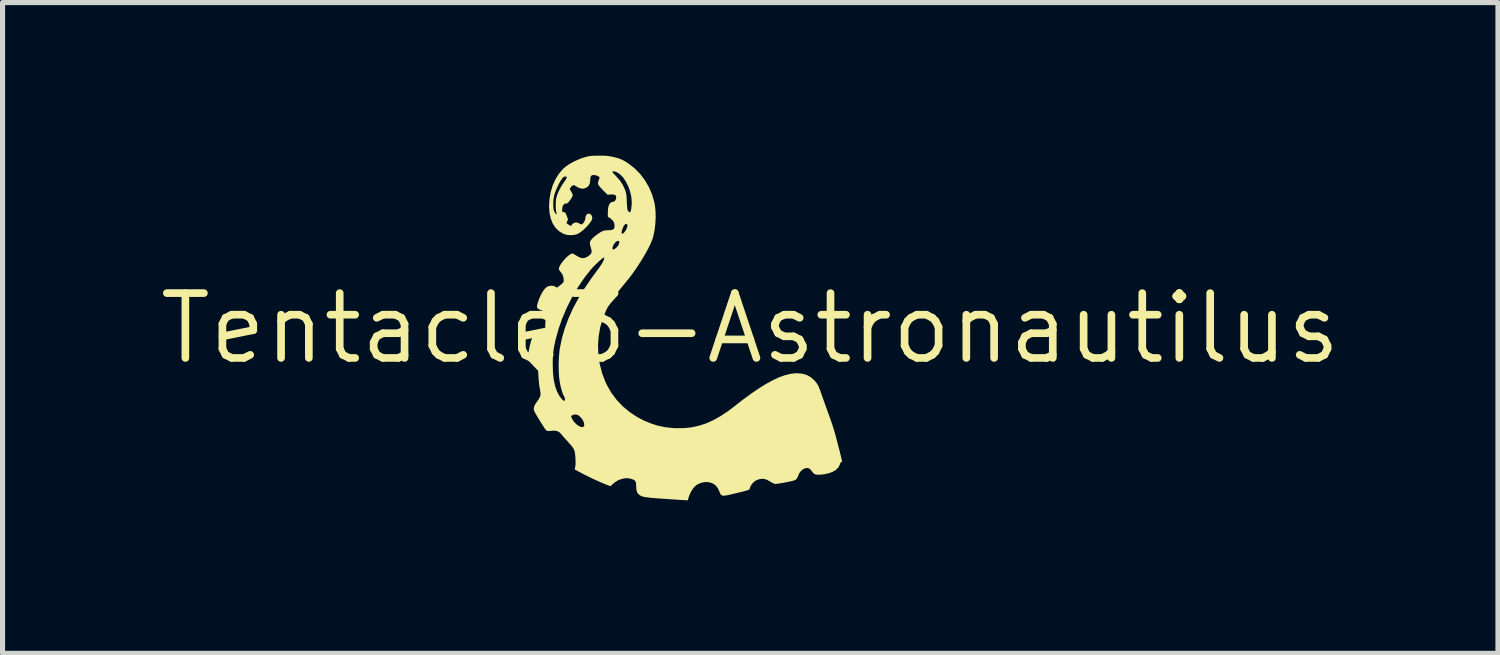
<source format=kicad_pcb>
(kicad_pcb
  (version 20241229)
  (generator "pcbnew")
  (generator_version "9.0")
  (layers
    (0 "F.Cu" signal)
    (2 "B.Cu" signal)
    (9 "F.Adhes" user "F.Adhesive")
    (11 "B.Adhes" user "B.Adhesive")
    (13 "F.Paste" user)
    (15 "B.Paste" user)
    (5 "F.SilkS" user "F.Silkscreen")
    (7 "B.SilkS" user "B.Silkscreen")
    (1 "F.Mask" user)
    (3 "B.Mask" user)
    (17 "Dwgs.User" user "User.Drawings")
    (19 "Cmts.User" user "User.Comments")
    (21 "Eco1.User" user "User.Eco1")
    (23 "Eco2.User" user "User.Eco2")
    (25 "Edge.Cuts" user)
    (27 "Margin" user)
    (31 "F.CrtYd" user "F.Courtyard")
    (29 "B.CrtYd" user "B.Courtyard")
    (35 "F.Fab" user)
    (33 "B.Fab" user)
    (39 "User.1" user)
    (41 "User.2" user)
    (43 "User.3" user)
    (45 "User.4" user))
  (footprint "Tentacle3-Astronautilus"
    (layer "F.Cu")
    (at 11.649 3.383)
    (property "Reference" "Tentacle3-Astronautilus" (at 0 0 0) (layer "F.SilkS") (effects (font (size 1.27 1.27) (thickness 0.15))))
    (attr board_only exclude_from_pos_files exclude_from_bom)
    (fp_poly (pts (xy -2.891 -3.383) (xy -2.836 -3.381) (xy -2.791 -3.377) (xy -2.748 -3.371) (xy -2.702 -3.362) (xy -2.672 -3.355) (xy -2.605 -3.338) (xy -2.55 -3.32) (xy -2.502 -3.299) (xy -2.452 -3.272) (xy -2.394 -3.234) (xy -2.386 -3.229) (xy -2.266 -3.135) (xy -2.158 -3.026) (xy -2.064 -2.902) (xy -1.986 -2.768) (xy -1.924 -2.624) (xy -1.88 -2.472) (xy -1.869 -2.417) (xy -1.856 -2.302) (xy -1.853 -2.177) (xy -1.86 -2.046) (xy -1.876 -1.916) (xy -1.902 -1.795) (xy -1.906 -1.779) (xy -1.928 -1.716) (xy -1.961 -1.64) (xy -2.004 -1.554) (xy -2.056 -1.46) (xy -2.114 -1.362) (xy -2.177 -1.262) (xy -2.242 -1.163) (xy -2.309 -1.068) (xy -2.375 -0.981) (xy -2.415 -0.932) (xy -2.494 -0.836) (xy -2.562 -0.753) (xy -2.618 -0.682) (xy -2.665 -0.618) (xy -2.705 -0.561) (xy -2.74 -0.508) (xy -2.77 -0.457) (xy -2.799 -0.404) (xy -2.818 -0.365) (xy -2.888 -0.198) (xy -2.939 -0.023) (xy -2.97 0.155) (xy -2.983 0.337) (xy -2.976 0.519) (xy -2.949 0.699) (xy -2.904 0.875) (xy -2.839 1.046) (xy -2.811 1.106) (xy -2.724 1.259) (xy -2.619 1.4) (xy -2.499 1.527) (xy -2.363 1.64) (xy -2.213 1.739) (xy -2.097 1.8) (xy -1.953 1.861) (xy -1.813 1.906) (xy -1.67 1.936) (xy -1.517 1.953) (xy -1.456 1.956) (xy -1.3 1.955) (xy -1.15 1.939) (xy -1.005 1.908) (xy -0.861 1.861) (xy -0.718 1.796) (xy -0.573 1.714) (xy -0.424 1.614) (xy -0.309 1.526) (xy -0.137 1.392) (xy 0.023 1.275) (xy 0.172 1.174) (xy 0.31 1.088) (xy 0.439 1.018) (xy 0.558 0.962) (xy 0.67 0.921) (xy 0.774 0.894) (xy 0.871 0.881) (xy 0.917 0.879) (xy 1.018 0.888) (xy 1.108 0.914) (xy 1.187 0.958) (xy 1.257 1.02) (xy 1.284 1.051) (xy 1.307 1.082) (xy 1.327 1.115) (xy 1.346 1.157) (xy 1.367 1.21) (xy 1.391 1.278) (xy 1.396 1.292) (xy 1.417 1.352) (xy 1.443 1.425) (xy 1.471 1.505) (xy 1.501 1.587) (xy 1.529 1.664) (xy 1.529 1.665) (xy 1.556 1.739) (xy 1.583 1.815) (xy 1.608 1.889) (xy 1.629 1.954) (xy 1.645 2.005) (xy 1.646 2.009) (xy 1.656 2.045) (xy 1.67 2.093) (xy 1.685 2.152) (xy 1.703 2.218) (xy 1.721 2.287) (xy 1.739 2.357) (xy 1.756 2.425) (xy 1.771 2.486) (xy 1.784 2.539) (xy 1.794 2.579) (xy 1.8 2.604) (xy 1.801 2.611) (xy 1.792 2.616) (xy 1.785 2.616) (xy 1.772 2.626) (xy 1.761 2.65) (xy 1.759 2.656) (xy 1.732 2.716) (xy 1.687 2.766) (xy 1.623 2.807) (xy 1.543 2.838) (xy 1.446 2.859) (xy 1.382 2.866) (xy 1.326 2.868) (xy 1.285 2.864) (xy 1.254 2.852) (xy 1.229 2.829) (xy 1.211 2.805) (xy 1.188 2.775) (xy 1.164 2.752) (xy 1.154 2.745) (xy 1.116 2.735) (xy 1.073 2.742) (xy 1.03 2.763) (xy 0.991 2.797) (xy 0.959 2.841) (xy 0.947 2.869) (xy 0.927 2.916) (xy 0.908 2.948) (xy 0.887 2.967) (xy 0.871 2.975) (xy 0.841 2.985) (xy 0.798 2.996) (xy 0.744 3.007) (xy 0.686 3.019) (xy 0.628 3.03) (xy 0.573 3.039) (xy 0.528 3.045) (xy 0.496 3.048) (xy 0.486 3.048) (xy 0.456 3.038) (xy 0.417 3.019) (xy 0.385 2.999) (xy 0.318 2.962) (xy 0.249 2.947) (xy 0.181 2.953) (xy 0.115 2.979) (xy 0.071 3.009) (xy 0.041 3.04) (xy 0.015 3.076) (xy -0.004 3.113) (xy -0.011 3.14) (xy -0.012 3.148) (xy -0.017 3.155) (xy -0.028 3.162) (xy -0.047 3.17) (xy -0.077 3.179) (xy -0.121 3.191) (xy -0.179 3.206) (xy -0.255 3.224) (xy -0.288 3.232) (xy -0.371 3.252) (xy -0.435 3.267) (xy -0.484 3.276) (xy -0.521 3.279) (xy -0.547 3.276) (xy -0.566 3.266) (xy -0.581 3.25) (xy -0.593 3.227) (xy -0.606 3.196) (xy -0.607 3.193) (xy -0.635 3.133) (xy -0.668 3.088) (xy -0.708 3.055) (xy -0.747 3.033) (xy -0.812 3.014) (xy -0.883 3.011) (xy -0.956 3.024) (xy -1.025 3.052) (xy -1.062 3.076) (xy -1.105 3.117) (xy -1.145 3.173) (xy -1.179 3.236) (xy -1.203 3.298) (xy -1.223 3.368) (xy -1.266 3.367) (xy -1.286 3.366) (xy -1.325 3.364) (xy -1.38 3.36) (xy -1.447 3.356) (xy -1.523 3.351) (xy -1.607 3.345) (xy -1.667 3.341) (xy -1.776 3.334) (xy -1.866 3.327) (xy -1.94 3.321) (xy -1.999 3.314) (xy -2.045 3.308) (xy -2.082 3.302) (xy -2.111 3.294) (xy -2.134 3.286) (xy -2.153 3.276) (xy -2.159 3.272) (xy -2.194 3.245) (xy -2.218 3.21) (xy -2.23 3.165) (xy -2.235 3.104) (xy -2.235 3.096) (xy -2.237 3.043) (xy -2.244 3.007) (xy -2.261 2.983) (xy -2.289 2.965) (xy -2.332 2.95) (xy -2.382 2.938) (xy -2.427 2.935) (xy -2.476 2.941) (xy -2.515 2.95) (xy -2.58 2.972) (xy -2.636 3.004) (xy -2.694 3.05) (xy -2.697 3.053) (xy -2.74 3.093) (xy -2.85 3.05) (xy -2.926 3.018) (xy -3.015 2.979) (xy -3.109 2.935) (xy -3.203 2.889) (xy -3.291 2.844) (xy -3.343 2.816) (xy -3.44 2.763) (xy -3.43 2.719) (xy -3.424 2.678) (xy -3.423 2.624) (xy -3.424 2.562) (xy -3.428 2.5) (xy -3.435 2.443) (xy -3.444 2.399) (xy -3.447 2.389) (xy -3.462 2.358) (xy -3.487 2.321) (xy -3.523 2.277) (xy -3.565 2.23) (xy -3.605 2.186) (xy -3.644 2.143) (xy -3.677 2.105) (xy -3.7 2.077) (xy -3.702 2.075) (xy -3.735 2.039) (xy -3.774 2.017) (xy -3.82 2.006) (xy -3.881 2.006) (xy -3.903 2.008) (xy -3.945 2.011) (xy -3.971 2.01) (xy -3.987 2.005) (xy -4.001 1.994) (xy -4.001 1.994) (xy -4.016 1.976) (xy -4.039 1.943) (xy -4.067 1.899) (xy -4.099 1.848) (xy -4.133 1.794) (xy -4.165 1.741) (xy -4.171 1.731) (xy -3.508 1.731) (xy -3.5 1.753) (xy -3.492 1.769) (xy -3.465 1.815) (xy -3.43 1.856) (xy -3.391 1.892) (xy -3.351 1.918) (xy -3.314 1.933) (xy -3.283 1.935) (xy -3.265 1.926) (xy -3.252 1.9) (xy -3.254 1.864) (xy -3.268 1.823) (xy -3.292 1.781) (xy -3.324 1.741) (xy -3.362 1.708) (xy -3.382 1.696) (xy -3.416 1.687) (xy -3.457 1.691) (xy -3.493 1.705) (xy -3.498 1.708) (xy -3.507 1.718) (xy -3.508 1.731) (xy -4.171 1.731) (xy -4.194 1.691) (xy -4.217 1.65) (xy -4.233 1.619) (xy -4.238 1.607) (xy -4.242 1.572) (xy -4.235 1.535) (xy -4.216 1.493) (xy -4.182 1.44) (xy -4.179 1.437) (xy -4.146 1.389) (xy -4.124 1.351) (xy -4.112 1.318) (xy -4.109 1.285) (xy -4.112 1.245) (xy -4.121 1.197) (xy -4.13 1.143) (xy -4.138 1.078) (xy -4.145 1.01) (xy -4.148 0.964) (xy -4.156 0.832) (xy -4.242 0.742) (xy -4.277 0.705) (xy -3.87 0.705) (xy -3.87 0.715) (xy -3.865 0.87) (xy -3.85 1.008) (xy -3.824 1.128) (xy -3.788 1.232) (xy -3.742 1.32) (xy -3.696 1.38) (xy -3.667 1.41) (xy -3.647 1.421) (xy -3.635 1.413) (xy -3.631 1.387) (xy -3.63 1.382) (xy -3.637 1.354) (xy -3.652 1.325) (xy -3.669 1.293) (xy -3.687 1.242) (xy -3.705 1.177) (xy -3.723 1.1) (xy -3.735 1.033) (xy -3.746 0.948) (xy -3.752 0.848) (xy -3.754 0.74) (xy -3.752 0.628) (xy -3.745 0.52) (xy -3.735 0.42) (xy -3.729 0.381) (xy -3.689 0.19) (xy -3.634 -0.000211) (xy -3.563 -0.191) (xy -3.476 -0.385) (xy -3.371 -0.581) (xy -3.248 -0.783) (xy -3.106 -0.99) (xy -3.004 -1.128) (xy -2.947 -1.206) (xy -2.904 -1.272) (xy -2.876 -1.325) (xy -2.862 -1.365) (xy -2.862 -1.389) (xy -2.871 -1.388) (xy -2.892 -1.374) (xy -2.922 -1.35) (xy -2.959 -1.318) (xy -3 -1.28) (xy -3.042 -1.239) (xy -3.083 -1.197) (xy -3.119 -1.156) (xy -3.125 -1.15) (xy -3.254 -0.986) (xy -3.376 -0.805) (xy -3.49 -0.612) (xy -3.592 -0.409) (xy -3.681 -0.201) (xy -3.755 0.008) (xy -3.812 0.215) (xy -3.813 0.217) (xy -3.836 0.322) (xy -3.853 0.416) (xy -3.863 0.506) (xy -3.869 0.599) (xy -3.87 0.705) (xy -4.277 0.705) (xy -4.278 0.704) (xy -4.309 0.67) (xy -4.331 0.643) (xy -4.341 0.628) (xy -4.35 0.594) (xy -4.352 0.543) (xy -4.346 0.479) (xy -4.333 0.404) (xy -4.314 0.32) (xy -4.289 0.232) (xy -4.263 0.152) (xy -4.225 0.045) (xy -4.149 0.04) (xy -4.096 0.035) (xy -4.054 0.024) (xy -4.025 0.011) (xy -4.013 -0.005) (xy -4.014 -0.011) (xy -4.016 -0.029) (xy -4.017 -0.061) (xy -4.015 -0.095) (xy -4.012 -0.163) (xy -4.011 -0.213) (xy -4.011 -0.249) (xy -4.014 -0.275) (xy -4.019 -0.293) (xy -4.027 -0.308) (xy -4.031 -0.314) (xy -4.063 -0.341) (xy -4.103 -0.358) (xy -4.142 -0.374) (xy -4.168 -0.395) (xy -4.169 -0.398) (xy -4.177 -0.412) (xy -4.18 -0.428) (xy -4.177 -0.45) (xy -4.168 -0.484) (xy -4.163 -0.5) (xy -4.133 -0.587) (xy -4.098 -0.664) (xy -4.06 -0.73) (xy -4.02 -0.781) (xy -3.981 -0.814) (xy -3.965 -0.822) (xy -3.913 -0.835) (xy -3.861 -0.833) (xy -3.818 -0.817) (xy -3.786 -0.797) (xy -3.72 -0.849) (xy -3.686 -0.877) (xy -3.667 -0.897) (xy -3.657 -0.914) (xy -3.654 -0.934) (xy -3.654 -0.938) (xy -3.662 -1.006) (xy -3.685 -1.065) (xy -3.714 -1.103) (xy -3.738 -1.132) (xy -3.749 -1.161) (xy -3.745 -1.193) (xy -3.727 -1.233) (xy -3.698 -1.278) (xy -3.653 -1.335) (xy -3.604 -1.388) (xy -3.555 -1.431) (xy -3.513 -1.458) (xy -3.495 -1.466) (xy -3.48 -1.467) (xy -3.46 -1.458) (xy -3.43 -1.439) (xy -3.428 -1.438) (xy -3.368 -1.402) (xy -3.318 -1.381) (xy -3.274 -1.375) (xy -3.232 -1.383) (xy -3.188 -1.406) (xy -3.174 -1.415) (xy -3.137 -1.444) (xy -3.115 -1.472) (xy -3.107 -1.503) (xy -3.112 -1.543) (xy -3.118 -1.563) (xy -2.7 -1.563) (xy -2.692 -1.546) (xy -2.688 -1.544) (xy -2.67 -1.547) (xy -2.645 -1.563) (xy -2.618 -1.587) (xy -2.594 -1.614) (xy -2.58 -1.637) (xy -2.567 -1.675) (xy -2.567 -1.701) (xy -2.58 -1.714) (xy -2.605 -1.711) (xy -2.616 -1.706) (xy -2.642 -1.685) (xy -2.666 -1.656) (xy -2.685 -1.623) (xy -2.697 -1.59) (xy -2.7 -1.563) (xy -3.118 -1.563) (xy -3.125 -1.588) (xy -3.138 -1.636) (xy -3.143 -1.674) (xy -3.142 -1.688) (xy -3.125 -1.724) (xy -3.09 -1.765) (xy -3.041 -1.809) (xy -3.004 -1.837) (xy -2.956 -1.87) (xy -2.52 -1.87) (xy -2.512 -1.854) (xy -2.496 -1.856) (xy -2.472 -1.876) (xy -2.444 -1.915) (xy -2.416 -1.966) (xy -2.405 -2.007) (xy -2.412 -2.036) (xy -2.42 -2.044) (xy -2.438 -2.047) (xy -2.459 -2.032) (xy -2.48 -2.002) (xy -2.5 -1.96) (xy -2.503 -1.953) (xy -2.517 -1.903) (xy -2.52 -1.87) (xy -2.956 -1.87) (xy -2.953 -1.872) (xy -2.913 -1.896) (xy -2.88 -1.911) (xy -2.846 -1.919) (xy -2.808 -1.922) (xy -2.784 -1.922) (xy -2.73 -1.925) (xy -2.693 -1.934) (xy -2.671 -1.952) (xy -2.661 -1.98) (xy -2.659 -2.012) (xy -2.667 -2.066) (xy -2.693 -2.112) (xy -2.739 -2.153) (xy -2.745 -2.157) (xy -2.791 -2.188) (xy -2.791 -2.273) (xy -2.786 -2.349) (xy -2.772 -2.408) (xy -2.749 -2.45) (xy -2.718 -2.473) (xy -2.691 -2.479) (xy -2.661 -2.488) (xy -2.639 -2.514) (xy -2.627 -2.551) (xy -2.627 -2.562) (xy -2.629 -2.59) (xy -2.64 -2.606) (xy -2.659 -2.616) (xy -2.698 -2.624) (xy -2.742 -2.623) (xy -2.793 -2.616) (xy -2.873 -2.694) (xy -2.908 -2.73) (xy -2.94 -2.765) (xy -2.963 -2.794) (xy -2.971 -2.807) (xy -2.981 -2.828) (xy -2.984 -2.846) (xy -2.98 -2.869) (xy -2.97 -2.9) (xy -2.95 -2.957) (xy -2.973 -2.976) (xy -2.998 -2.989) (xy -3.033 -3) (xy -3.047 -3.003) (xy -3.087 -3.004) (xy -3.113 -2.992) (xy -3.129 -2.965) (xy -3.135 -2.921) (xy -3.135 -2.904) (xy -3.143 -2.841) (xy -3.167 -2.792) (xy -3.207 -2.758) (xy -3.259 -2.738) (xy -3.305 -2.738) (xy -3.356 -2.751) (xy -3.401 -2.775) (xy -3.409 -2.781) (xy -3.443 -2.802) (xy -3.471 -2.804) (xy -3.499 -2.785) (xy -3.513 -2.769) (xy -3.53 -2.743) (xy -3.535 -2.726) (xy -3.529 -2.713) (xy -3.516 -2.693) (xy -3.5 -2.664) (xy -3.495 -2.655) (xy -3.481 -2.626) (xy -3.479 -2.605) (xy -3.486 -2.582) (xy -3.486 -2.582) (xy -3.498 -2.558) (xy -3.518 -2.528) (xy -3.541 -2.498) (xy -3.563 -2.471) (xy -3.58 -2.453) (xy -3.588 -2.448) (xy -3.627 -2.445) (xy -3.657 -2.424) (xy -3.677 -2.387) (xy -3.686 -2.336) (xy -3.686 -2.328) (xy -3.685 -2.297) (xy -3.68 -2.283) (xy -3.668 -2.278) (xy -3.655 -2.277) (xy -3.639 -2.276) (xy -3.626 -2.268) (xy -3.615 -2.25) (xy -3.601 -2.217) (xy -3.595 -2.204) (xy -3.581 -2.165) (xy -3.574 -2.141) (xy -3.573 -2.125) (xy -3.579 -2.111) (xy -3.585 -2.102) (xy -3.597 -2.078) (xy -3.595 -2.06) (xy -3.577 -2.042) (xy -3.55 -2.026) (xy -3.524 -2.011) (xy -3.511 -2.007) (xy -3.504 -2.013) (xy -3.501 -2.023) (xy -3.485 -2.045) (xy -3.456 -2.064) (xy -3.423 -2.075) (xy -3.41 -2.076) (xy -3.387 -2.071) (xy -3.356 -2.058) (xy -3.346 -2.053) (xy -3.32 -2.039) (xy -3.305 -2.036) (xy -3.292 -2.042) (xy -3.283 -2.05) (xy -3.25 -2.092) (xy -3.233 -2.14) (xy -3.231 -2.161) (xy -3.223 -2.205) (xy -3.202 -2.235) (xy -3.185 -2.245) (xy -3.153 -2.247) (xy -3.125 -2.232) (xy -3.105 -2.205) (xy -3.095 -2.171) (xy -3.098 -2.143) (xy -3.113 -2.108) (xy -3.143 -2.065) (xy -3.182 -2.017) (xy -3.228 -1.968) (xy -3.277 -1.923) (xy -3.326 -1.884) (xy -3.37 -1.855) (xy -3.376 -1.852) (xy -3.435 -1.833) (xy -3.504 -1.825) (xy -3.575 -1.829) (xy -3.642 -1.845) (xy -3.667 -1.856) (xy -3.748 -1.905) (xy -3.815 -1.97) (xy -3.868 -2.05) (xy -3.907 -2.145) (xy -3.932 -2.255) (xy -3.941 -2.379) (xy -3.942 -2.399) (xy -3.939 -2.447) (xy -3.86 -2.447) (xy -3.86 -2.392) (xy -3.857 -2.353) (xy -3.852 -2.323) (xy -3.842 -2.296) (xy -3.838 -2.285) (xy -3.822 -2.257) (xy -3.808 -2.24) (xy -3.797 -2.234) (xy -3.793 -2.242) (xy -3.797 -2.259) (xy -3.805 -2.296) (xy -3.809 -2.347) (xy -3.811 -2.406) (xy -3.81 -2.466) (xy -3.806 -2.521) (xy -3.798 -2.564) (xy -3.798 -2.564) (xy -3.775 -2.636) (xy -3.739 -2.715) (xy -3.696 -2.795) (xy -3.647 -2.867) (xy -3.643 -2.873) (xy -3.613 -2.917) (xy -3.598 -2.948) (xy -3.598 -2.967) (xy -3.614 -2.975) (xy -3.627 -2.976) (xy -3.654 -2.967) (xy -3.684 -2.938) (xy -3.717 -2.889) (xy -3.755 -2.82) (xy -3.758 -2.814) (xy -3.798 -2.728) (xy -3.827 -2.654) (xy -3.846 -2.587) (xy -3.856 -2.52) (xy -3.86 -2.449) (xy -3.86 -2.447) (xy -3.939 -2.447) (xy -3.933 -2.538) (xy -3.909 -2.672) (xy -3.871 -2.8) (xy -3.818 -2.918) (xy -3.753 -3.024) (xy -3.721 -3.062) (xy -2.701 -3.062) (xy -2.694 -3.053) (xy -2.675 -3.031) (xy -2.647 -3.001) (xy -2.619 -2.971) (xy -2.548 -2.89) (xy -2.494 -2.805) (xy -2.451 -2.709) (xy -2.445 -2.693) (xy -2.434 -2.656) (xy -2.427 -2.612) (xy -2.422 -2.556) (xy -2.419 -2.494) (xy -2.416 -2.429) (xy -2.413 -2.38) (xy -2.41 -2.346) (xy -2.405 -2.323) (xy -2.398 -2.306) (xy -2.388 -2.293) (xy -2.382 -2.287) (xy -2.365 -2.274) (xy -2.353 -2.275) (xy -2.344 -2.292) (xy -2.335 -2.327) (xy -2.331 -2.345) (xy -2.321 -2.462) (xy -2.331 -2.582) (xy -2.361 -2.704) (xy -2.387 -2.774) (xy -2.438 -2.877) (xy -2.493 -2.959) (xy -2.555 -3.021) (xy -2.621 -3.062) (xy -2.623 -3.063) (xy -2.656 -3.074) (xy -2.684 -3.076) (xy -2.699 -3.069) (xy -2.701 -3.062) (xy -3.721 -3.062) (xy -3.676 -3.116) (xy -3.618 -3.168) (xy -3.552 -3.214) (xy -3.472 -3.259) (xy -3.385 -3.301) (xy -3.296 -3.336) (xy -3.236 -3.354) (xy -3.192 -3.366) (xy -3.154 -3.373) (xy -3.115 -3.379) (xy -3.072 -3.381) (xy -3.017 -3.383) (xy -2.961 -3.383)) (stroke (width 0) (type solid)) (fill yes) (layer "F.SilkS")))
  (gr_rect
    (start -3 -3)
    (end 26.298 9.751)
    (stroke (width 0.1) (type default))
    (fill no)
    (layer "Edge.Cuts")))
</source>
